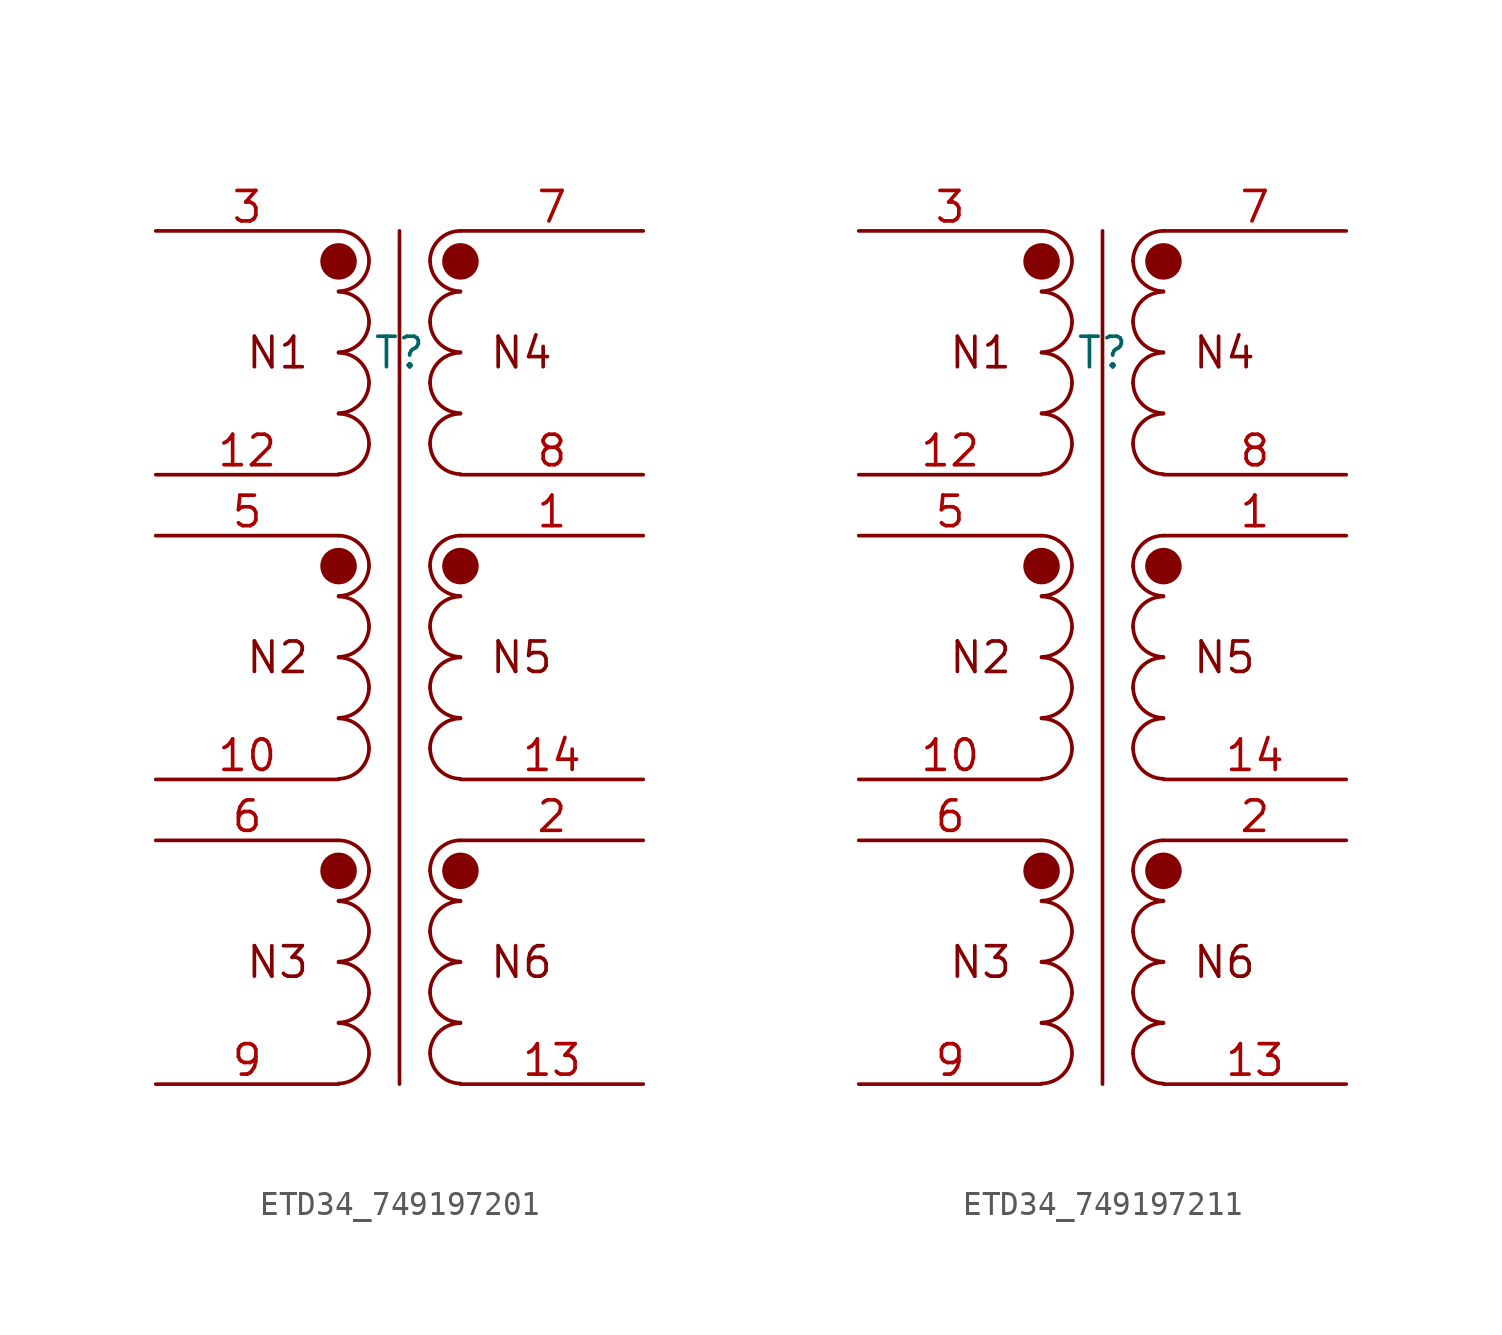
<source format=kicad_sym>
(kicad_symbol_lib
  (version 20220914)
  (generator kicad_symbol_editor)
  (symbol "ETD34_749197201"
    (pin_names hide)
    (property "Reference" "T"
      (at 0 12.7 0)
      (effects (font (size 1.27 1.27))))
    (property "Critical Parameter" ""
      (at 0 -5.08 0)
      (effects (font (size 1.27 1.27)) (justify left)))
    (symbol "ETD34_749197201_0_1"
      (arc (start -2.54 -17.7546) (mid -1.6561 -17.3863) (end -1.27 -16.51) (stroke (width 0) (type default)) (fill (type none)))
      (arc (start -2.54 -15.2146) (mid -1.6561 -14.8463) (end -1.27 -13.97) (stroke (width 0) (type default)) (fill (type none)))
      (arc (start -2.54 -12.6746) (mid -1.6561 -12.3063) (end -1.27 -11.43) (stroke (width 0) (type default)) (fill (type none)))
      (arc (start -2.54 -10.1346) (mid -1.6561 -9.7663) (end -1.27 -8.89) (stroke (width 0) (type default)) (fill (type none)))
      (arc (start -2.54 -5.0546) (mid -1.6561 -4.6863) (end -1.27 -3.81) (stroke (width 0) (type default)) (fill (type none)))
      (arc (start -2.54 -2.5146) (mid -1.6561 -2.1463) (end -1.27 -1.27) (stroke (width 0) (type default)) (fill (type none)))
      (arc (start -2.54 0.0254) (mid -1.6561 0.3937) (end -1.27 1.27) (stroke (width 0) (type default)) (fill (type none)))
      (arc (start -2.54 2.5654) (mid -1.6561 2.9337) (end -1.27 3.81) (stroke (width 0) (type default)) (fill (type none)))
      (arc (start -2.54 7.6454) (mid -1.6561 8.0137) (end -1.27 8.89) (stroke (width 0) (type default)) (fill (type none)))
      (arc (start -2.54 10.1854) (mid -1.6561 10.5537) (end -1.27 11.43) (stroke (width 0) (type default)) (fill (type none)))
      (arc (start -2.54 12.7254) (mid -1.6561 13.0937) (end -1.27 13.97) (stroke (width 0) (type default)) (fill (type none)))
      (arc (start -2.54 15.2654) (mid -1.6561 15.6337) (end -1.27 16.51) (stroke (width 0) (type default)) (fill (type none)))
      (arc (start -1.27 -16.51) (mid -1.642 -15.612) (end -2.54 -15.24) (stroke (width 0) (type default)) (fill (type none)))
      (arc (start -1.27 -13.97) (mid -1.642 -13.072) (end -2.54 -12.7) (stroke (width 0) (type default)) (fill (type none)))
      (arc (start -1.27 -11.43) (mid -1.642 -10.532) (end -2.54 -10.16) (stroke (width 0) (type default)) (fill (type none)))
      (arc (start -1.27 -8.89) (mid -1.642 -7.992) (end -2.54 -7.62) (stroke (width 0) (type default)) (fill (type none)))
      (arc (start -1.27 -3.81) (mid -1.642 -2.912) (end -2.54 -2.54) (stroke (width 0) (type default)) (fill (type none)))
      (arc (start -1.27 -1.27) (mid -1.642 -0.372) (end -2.54 0) (stroke (width 0) (type default)) (fill (type none)))
      (arc (start -1.27 1.27) (mid -1.642 2.168) (end -2.54 2.54) (stroke (width 0) (type default)) (fill (type none)))
      (arc (start -1.27 3.81) (mid -1.642 4.708) (end -2.54 5.08) (stroke (width 0) (type default)) (fill (type none)))
      (arc (start -1.27 8.89) (mid -1.642 9.788) (end -2.54 10.16) (stroke (width 0) (type default)) (fill (type none)))
      (arc (start -1.27 11.43) (mid -1.642 12.328) (end -2.54 12.7) (stroke (width 0) (type default)) (fill (type none)))
      (arc (start -1.27 13.97) (mid -1.642 14.868) (end -2.54 15.24) (stroke (width 0) (type default)) (fill (type none)))
      (arc (start -1.27 16.51) (mid -1.642 17.408) (end -2.54 17.78) (stroke (width 0) (type default)) (fill (type none)))
      (polyline (pts (xy 0 -17.78) (xy 0 17.78)) (stroke (width 0) (type default)) (fill (type none)))
      (arc (start 1.27 -16.51) (mid 1.6561 -17.3863) (end 2.54 -17.7546) (stroke (width 0) (type default)) (fill (type none)))
      (arc (start 1.27 -13.97) (mid 1.6561 -14.8463) (end 2.54 -15.2146) (stroke (width 0) (type default)) (fill (type none)))
      (arc (start 1.27 -11.43) (mid 1.6561 -12.3063) (end 2.54 -12.6746) (stroke (width 0) (type default)) (fill (type none)))
      (arc (start 1.27 -8.89) (mid 1.6561 -9.7663) (end 2.54 -10.1346) (stroke (width 0) (type default)) (fill (type none)))
      (arc (start 1.27 -3.81) (mid 1.6561 -4.6863) (end 2.54 -5.0546) (stroke (width 0) (type default)) (fill (type none)))
      (arc (start 1.27 -1.27) (mid 1.6561 -2.1463) (end 2.54 -2.5146) (stroke (width 0) (type default)) (fill (type none)))
      (arc (start 1.27 1.27) (mid 1.6561 0.3937) (end 2.54 0.0254) (stroke (width 0) (type default)) (fill (type none)))
      (arc (start 1.27 3.81) (mid 1.6561 2.9337) (end 2.54 2.5654) (stroke (width 0) (type default)) (fill (type none)))
      (arc (start 1.27 8.89) (mid 1.6561 8.0137) (end 2.54 7.6454) (stroke (width 0) (type default)) (fill (type none)))
      (arc (start 1.27 11.43) (mid 1.6561 10.5537) (end 2.54 10.1854) (stroke (width 0) (type default)) (fill (type none)))
      (arc (start 1.27 13.97) (mid 1.6561 13.0937) (end 2.54 12.7254) (stroke (width 0) (type default)) (fill (type none)))
      (arc (start 1.27 16.51) (mid 1.6561 15.6337) (end 2.54 15.2654) (stroke (width 0) (type default)) (fill (type none)))
      (arc (start 2.54 -15.24) (mid 1.642 -15.612) (end 1.27 -16.51) (stroke (width 0) (type default)) (fill (type none)))
      (arc (start 2.54 -12.7) (mid 1.642 -13.072) (end 1.27 -13.97) (stroke (width 0) (type default)) (fill (type none)))
      (arc (start 2.54 -10.16) (mid 1.642 -10.532) (end 1.27 -11.43) (stroke (width 0) (type default)) (fill (type none)))
      (arc (start 2.54 -7.62) (mid 1.642 -7.992) (end 1.27 -8.89) (stroke (width 0) (type default)) (fill (type none)))
      (arc (start 2.54 -2.54) (mid 1.642 -2.912) (end 1.27 -3.81) (stroke (width 0) (type default)) (fill (type none)))
      (arc (start 2.54 0) (mid 1.642 -0.372) (end 1.27 -1.27) (stroke (width 0) (type default)) (fill (type none)))
      (arc (start 2.54 2.54) (mid 1.642 2.168) (end 1.27 1.27) (stroke (width 0) (type default)) (fill (type none)))
      (arc (start 2.54 5.08) (mid 1.642 4.708) (end 1.27 3.81) (stroke (width 0) (type default)) (fill (type none)))
      (arc (start 2.54 10.16) (mid 1.642 9.788) (end 1.27 8.89) (stroke (width 0) (type default)) (fill (type none)))
      (arc (start 2.54 12.7) (mid 1.642 12.328) (end 1.27 11.43) (stroke (width 0) (type default)) (fill (type none)))
      (arc (start 2.54 15.24) (mid 1.642 14.868) (end 1.27 13.97) (stroke (width 0) (type default)) (fill (type none)))
      (arc (start 2.54 17.78) (mid 1.642 17.408) (end 1.27 16.51) (stroke (width 0) (type default)) (fill (type none))))
    (symbol "ETD34_749197201_1_1"
      (circle (center -2.54 -8.89) (radius 0.0001) (stroke (width 0.762) (type default)) (fill (type none)))
      (circle (center -2.54 3.81) (radius 0.0001) (stroke (width 0.762) (type default)) (fill (type none)))
      (circle (center -2.54 16.51) (radius 0.0001) (stroke (width 0.762) (type default)) (fill (type none)))
      (circle (center 2.54 -8.89) (radius 0.0001) (stroke (width 0.762) (type default)) (fill (type none)))
      (circle (center 2.54 3.81) (radius 0.0001) (stroke (width 0.762) (type default)) (fill (type none)))
      (circle (center 2.54 16.51) (radius 0.0001) (stroke (width 0.762) (type default)) (fill (type none)))
      (text "N1" (at -5.08 12.7 0) (effects (font (size 1.27 1.27))))
      (text "N2" (at -5.08 0 0) (effects (font (size 1.27 1.27))))
      (text "N3" (at -5.08 -12.7 0) (effects (font (size 1.27 1.27))))
      (text "N4" (at 5.08 12.7 0) (effects (font (size 1.27 1.27))))
      (text "N5" (at 5.08 0 0) (effects (font (size 1.27 1.27))))
      (text "N6" (at 5.08 -12.7 0) (effects (font (size 1.27 1.27))))
      (pin passive line (at -10.16 17.78 0) (length 7.62) (name "3" (effects (font (size 1.27 1.27)))) (number "3" (effects (font (size 1.27 1.27)))))
      (pin passive line (at -10.16 7.62 0) (length 7.62) (name "12" (effects (font (size 1.27 1.27)))) (number "12" (effects (font (size 1.27 1.27)))))
      (pin passive line (at -10.16 5.08 0) (length 7.62) (name "5" (effects (font (size 1.27 1.27)))) (number "5" (effects (font (size 1.27 1.27)))))
      (pin passive line (at -10.16 -5.08 0) (length 7.62) (name "10" (effects (font (size 1.27 1.27)))) (number "10" (effects (font (size 1.27 1.27)))))
      (pin passive line (at -10.16 -7.62 0) (length 7.62) (name "6" (effects (font (size 1.27 1.27)))) (number "6" (effects (font (size 1.27 1.27)))))
      (pin passive line (at -10.16 -17.78 0) (length 7.62) (name "9" (effects (font (size 1.27 1.27)))) (number "9" (effects (font (size 1.27 1.27)))))
      (pin passive line (at 10.16 -17.78 180) (length 7.62) (name "13" (effects (font (size 1.27 1.27)))) (number "13" (effects (font (size 1.27 1.27)))))
      (pin passive line (at 10.16 -7.62 180) (length 7.62) (name "2" (effects (font (size 1.27 1.27)))) (number "2" (effects (font (size 1.27 1.27)))))
      (pin passive line (at 10.16 -5.08 180) (length 7.62) (name "14" (effects (font (size 1.27 1.27)))) (number "14" (effects (font (size 1.27 1.27)))))
      (pin passive line (at 10.16 5.08 180) (length 7.62) (name "1" (effects (font (size 1.27 1.27)))) (number "1" (effects (font (size 1.27 1.27)))))
      (pin passive line (at 10.16 7.62 180) (length 7.62) (name "8" (effects (font (size 1.27 1.27)))) (number "8" (effects (font (size 1.27 1.27)))))
      (pin passive line (at 10.16 17.78 180) (length 7.62) (name "7" (effects (font (size 1.27 1.27)))) (number "7" (effects (font (size 1.27 1.27)))))))
  (symbol "ETD34_749197211"
    (pin_names hide)
    (property "Reference" "T"
      (at 0 12.7 0)
      (effects (font (size 1.27 1.27))))
    (property "Critical Parameter" ""
      (at 0 -5.08 0)
      (effects (font (size 1.27 1.27)) (justify left)))
    (symbol "ETD34_749197211_0_1"
      (arc (start -2.54 -17.7546) (mid -1.6561 -17.3863) (end -1.27 -16.51) (stroke (width 0) (type default)) (fill (type none)))
      (arc (start -2.54 -15.2146) (mid -1.6561 -14.8463) (end -1.27 -13.97) (stroke (width 0) (type default)) (fill (type none)))
      (arc (start -2.54 -12.6746) (mid -1.6561 -12.3063) (end -1.27 -11.43) (stroke (width 0) (type default)) (fill (type none)))
      (arc (start -2.54 -10.1346) (mid -1.6561 -9.7663) (end -1.27 -8.89) (stroke (width 0) (type default)) (fill (type none)))
      (arc (start -2.54 -5.0546) (mid -1.6561 -4.6863) (end -1.27 -3.81) (stroke (width 0) (type default)) (fill (type none)))
      (arc (start -2.54 -2.5146) (mid -1.6561 -2.1463) (end -1.27 -1.27) (stroke (width 0) (type default)) (fill (type none)))
      (arc (start -2.54 0.0254) (mid -1.6561 0.3937) (end -1.27 1.27) (stroke (width 0) (type default)) (fill (type none)))
      (arc (start -2.54 2.5654) (mid -1.6561 2.9337) (end -1.27 3.81) (stroke (width 0) (type default)) (fill (type none)))
      (arc (start -2.54 7.6454) (mid -1.6561 8.0137) (end -1.27 8.89) (stroke (width 0) (type default)) (fill (type none)))
      (arc (start -2.54 10.1854) (mid -1.6561 10.5537) (end -1.27 11.43) (stroke (width 0) (type default)) (fill (type none)))
      (arc (start -2.54 12.7254) (mid -1.6561 13.0937) (end -1.27 13.97) (stroke (width 0) (type default)) (fill (type none)))
      (arc (start -2.54 15.2654) (mid -1.6561 15.6337) (end -1.27 16.51) (stroke (width 0) (type default)) (fill (type none)))
      (arc (start -1.27 -16.51) (mid -1.642 -15.612) (end -2.54 -15.24) (stroke (width 0) (type default)) (fill (type none)))
      (arc (start -1.27 -13.97) (mid -1.642 -13.072) (end -2.54 -12.7) (stroke (width 0) (type default)) (fill (type none)))
      (arc (start -1.27 -11.43) (mid -1.642 -10.532) (end -2.54 -10.16) (stroke (width 0) (type default)) (fill (type none)))
      (arc (start -1.27 -8.89) (mid -1.642 -7.992) (end -2.54 -7.62) (stroke (width 0) (type default)) (fill (type none)))
      (arc (start -1.27 -3.81) (mid -1.642 -2.912) (end -2.54 -2.54) (stroke (width 0) (type default)) (fill (type none)))
      (arc (start -1.27 -1.27) (mid -1.642 -0.372) (end -2.54 0) (stroke (width 0) (type default)) (fill (type none)))
      (arc (start -1.27 1.27) (mid -1.642 2.168) (end -2.54 2.54) (stroke (width 0) (type default)) (fill (type none)))
      (arc (start -1.27 3.81) (mid -1.642 4.708) (end -2.54 5.08) (stroke (width 0) (type default)) (fill (type none)))
      (arc (start -1.27 8.89) (mid -1.642 9.788) (end -2.54 10.16) (stroke (width 0) (type default)) (fill (type none)))
      (arc (start -1.27 11.43) (mid -1.642 12.328) (end -2.54 12.7) (stroke (width 0) (type default)) (fill (type none)))
      (arc (start -1.27 13.97) (mid -1.642 14.868) (end -2.54 15.24) (stroke (width 0) (type default)) (fill (type none)))
      (arc (start -1.27 16.51) (mid -1.642 17.408) (end -2.54 17.78) (stroke (width 0) (type default)) (fill (type none)))
      (polyline (pts (xy 0 -17.78) (xy 0 17.78)) (stroke (width 0) (type default)) (fill (type none)))
      (arc (start 1.27 -16.51) (mid 1.6561 -17.3863) (end 2.54 -17.7546) (stroke (width 0) (type default)) (fill (type none)))
      (arc (start 1.27 -13.97) (mid 1.6561 -14.8463) (end 2.54 -15.2146) (stroke (width 0) (type default)) (fill (type none)))
      (arc (start 1.27 -11.43) (mid 1.6561 -12.3063) (end 2.54 -12.6746) (stroke (width 0) (type default)) (fill (type none)))
      (arc (start 1.27 -8.89) (mid 1.6561 -9.7663) (end 2.54 -10.1346) (stroke (width 0) (type default)) (fill (type none)))
      (arc (start 1.27 -3.81) (mid 1.6561 -4.6863) (end 2.54 -5.0546) (stroke (width 0) (type default)) (fill (type none)))
      (arc (start 1.27 -1.27) (mid 1.6561 -2.1463) (end 2.54 -2.5146) (stroke (width 0) (type default)) (fill (type none)))
      (arc (start 1.27 1.27) (mid 1.6561 0.3937) (end 2.54 0.0254) (stroke (width 0) (type default)) (fill (type none)))
      (arc (start 1.27 3.81) (mid 1.6561 2.9337) (end 2.54 2.5654) (stroke (width 0) (type default)) (fill (type none)))
      (arc (start 1.27 8.89) (mid 1.6561 8.0137) (end 2.54 7.6454) (stroke (width 0) (type default)) (fill (type none)))
      (arc (start 1.27 11.43) (mid 1.6561 10.5537) (end 2.54 10.1854) (stroke (width 0) (type default)) (fill (type none)))
      (arc (start 1.27 13.97) (mid 1.6561 13.0937) (end 2.54 12.7254) (stroke (width 0) (type default)) (fill (type none)))
      (arc (start 1.27 16.51) (mid 1.6561 15.6337) (end 2.54 15.2654) (stroke (width 0) (type default)) (fill (type none)))
      (arc (start 2.54 -15.24) (mid 1.642 -15.612) (end 1.27 -16.51) (stroke (width 0) (type default)) (fill (type none)))
      (arc (start 2.54 -12.7) (mid 1.642 -13.072) (end 1.27 -13.97) (stroke (width 0) (type default)) (fill (type none)))
      (arc (start 2.54 -10.16) (mid 1.642 -10.532) (end 1.27 -11.43) (stroke (width 0) (type default)) (fill (type none)))
      (arc (start 2.54 -7.62) (mid 1.642 -7.992) (end 1.27 -8.89) (stroke (width 0) (type default)) (fill (type none)))
      (arc (start 2.54 -2.54) (mid 1.642 -2.912) (end 1.27 -3.81) (stroke (width 0) (type default)) (fill (type none)))
      (arc (start 2.54 0) (mid 1.642 -0.372) (end 1.27 -1.27) (stroke (width 0) (type default)) (fill (type none)))
      (arc (start 2.54 2.54) (mid 1.642 2.168) (end 1.27 1.27) (stroke (width 0) (type default)) (fill (type none)))
      (arc (start 2.54 5.08) (mid 1.642 4.708) (end 1.27 3.81) (stroke (width 0) (type default)) (fill (type none)))
      (arc (start 2.54 10.16) (mid 1.642 9.788) (end 1.27 8.89) (stroke (width 0) (type default)) (fill (type none)))
      (arc (start 2.54 12.7) (mid 1.642 12.328) (end 1.27 11.43) (stroke (width 0) (type default)) (fill (type none)))
      (arc (start 2.54 15.24) (mid 1.642 14.868) (end 1.27 13.97) (stroke (width 0) (type default)) (fill (type none)))
      (arc (start 2.54 17.78) (mid 1.642 17.408) (end 1.27 16.51) (stroke (width 0) (type default)) (fill (type none))))
    (symbol "ETD34_749197211_1_1"
      (circle (center -2.54 -8.89) (radius 0.0001) (stroke (width 0.762) (type default)) (fill (type none)))
      (circle (center -2.54 3.81) (radius 0.0001) (stroke (width 0.762) (type default)) (fill (type none)))
      (circle (center -2.54 16.51) (radius 0.0001) (stroke (width 0.762) (type default)) (fill (type none)))
      (circle (center 2.54 -8.89) (radius 0.0001) (stroke (width 0.762) (type default)) (fill (type none)))
      (circle (center 2.54 3.81) (radius 0.0001) (stroke (width 0.762) (type default)) (fill (type none)))
      (circle (center 2.54 16.51) (radius 0.0001) (stroke (width 0.762) (type default)) (fill (type none)))
      (text "N1" (at -5.08 12.7 0) (effects (font (size 1.27 1.27))))
      (text "N2" (at -5.08 0 0) (effects (font (size 1.27 1.27))))
      (text "N3" (at -5.08 -12.7 0) (effects (font (size 1.27 1.27))))
      (text "N4" (at 5.08 12.7 0) (effects (font (size 1.27 1.27))))
      (text "N5" (at 5.08 0 0) (effects (font (size 1.27 1.27))))
      (text "N6" (at 5.08 -12.7 0) (effects (font (size 1.27 1.27))))
      (pin passive line (at -10.16 17.78 0) (length 7.62) (name "3" (effects (font (size 1.27 1.27)))) (number "3" (effects (font (size 1.27 1.27)))))
      (pin passive line (at -10.16 7.62 0) (length 7.62) (name "12" (effects (font (size 1.27 1.27)))) (number "12" (effects (font (size 1.27 1.27)))))
      (pin passive line (at -10.16 5.08 0) (length 7.62) (name "5" (effects (font (size 1.27 1.27)))) (number "5" (effects (font (size 1.27 1.27)))))
      (pin passive line (at -10.16 -5.08 0) (length 7.62) (name "10" (effects (font (size 1.27 1.27)))) (number "10" (effects (font (size 1.27 1.27)))))
      (pin passive line (at -10.16 -7.62 0) (length 7.62) (name "6" (effects (font (size 1.27 1.27)))) (number "6" (effects (font (size 1.27 1.27)))))
      (pin passive line (at -10.16 -17.78 0) (length 7.62) (name "9" (effects (font (size 1.27 1.27)))) (number "9" (effects (font (size 1.27 1.27)))))
      (pin passive line (at 10.16 -17.78 180) (length 7.62) (name "13" (effects (font (size 1.27 1.27)))) (number "13" (effects (font (size 1.27 1.27)))))
      (pin passive line (at 10.16 -7.62 180) (length 7.62) (name "2" (effects (font (size 1.27 1.27)))) (number "2" (effects (font (size 1.27 1.27)))))
      (pin passive line (at 10.16 -5.08 180) (length 7.62) (name "14" (effects (font (size 1.27 1.27)))) (number "14" (effects (font (size 1.27 1.27)))))
      (pin passive line (at 10.16 5.08 180) (length 7.62) (name "1" (effects (font (size 1.27 1.27)))) (number "1" (effects (font (size 1.27 1.27)))))
      (pin passive line (at 10.16 7.62 180) (length 7.62) (name "8" (effects (font (size 1.27 1.27)))) (number "8" (effects (font (size 1.27 1.27)))))
      (pin passive line (at 10.16 17.78 180) (length 7.62) (name "7" (effects (font (size 1.27 1.27)))) (number "7" (effects (font (size 1.27 1.27))))))))
</source>
